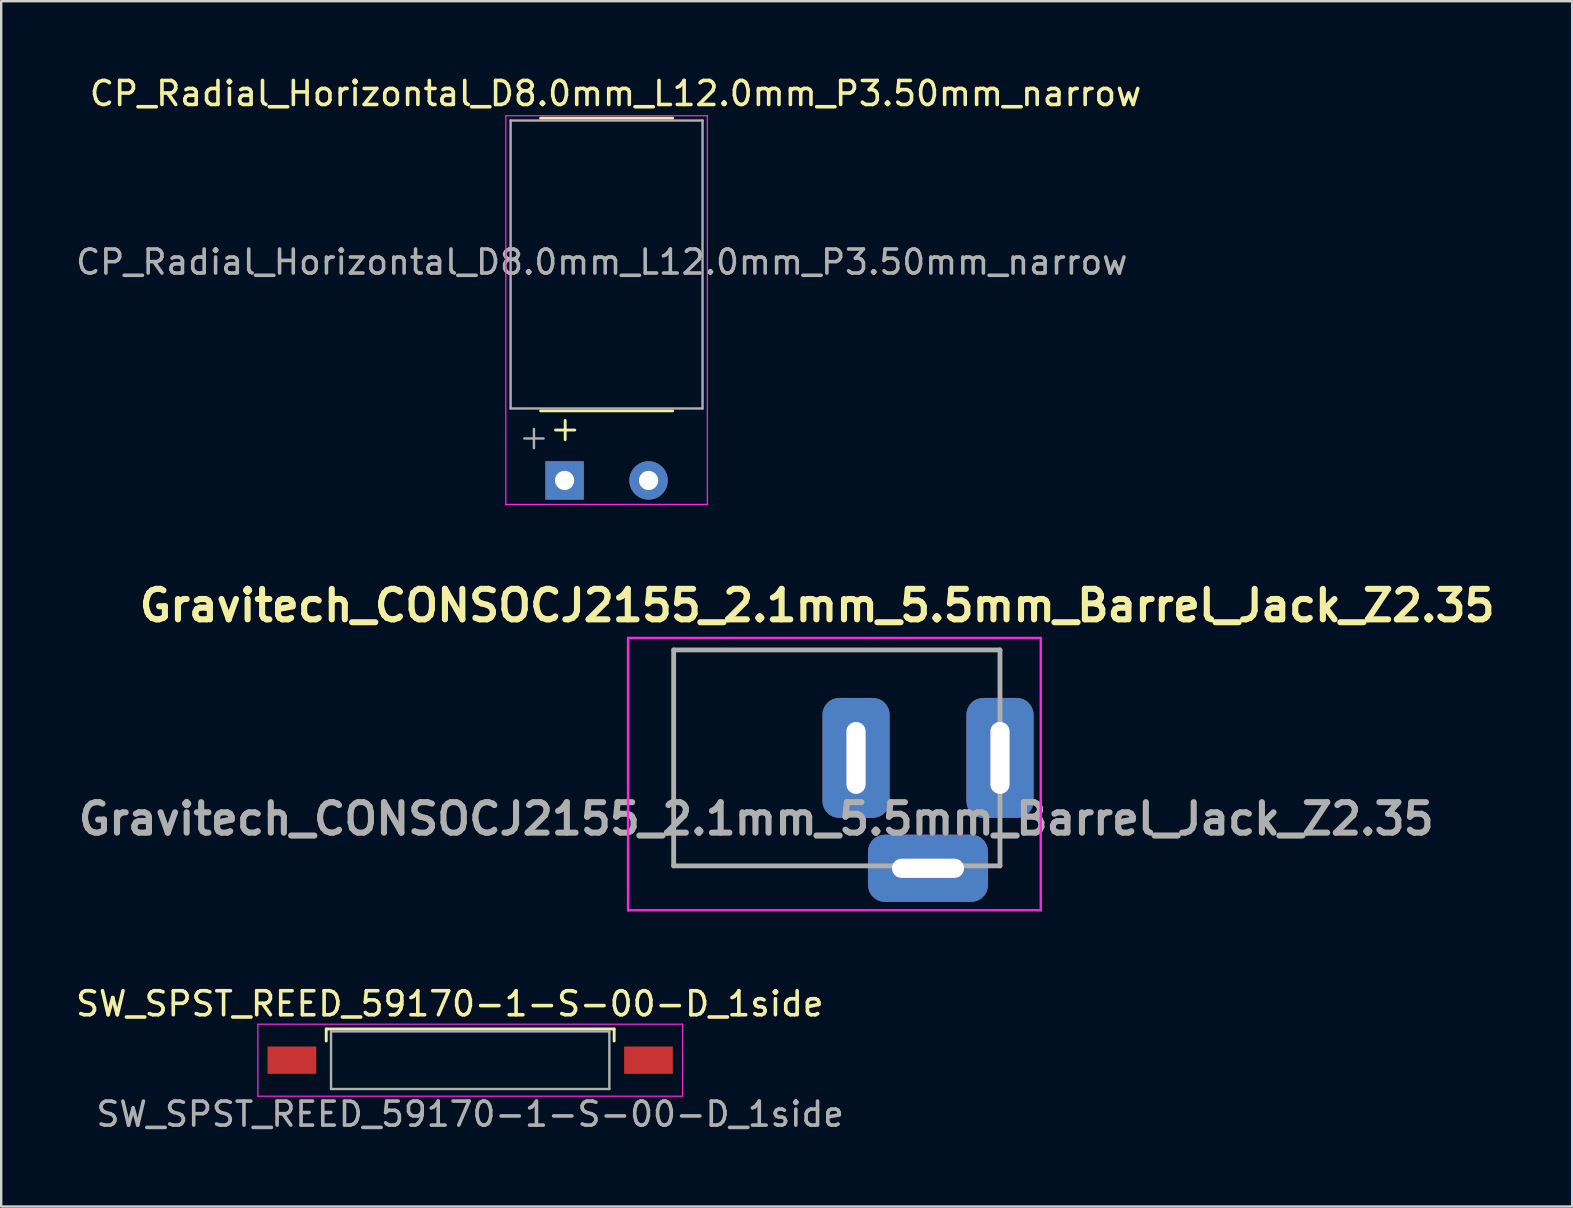
<source format=kicad_pcb>
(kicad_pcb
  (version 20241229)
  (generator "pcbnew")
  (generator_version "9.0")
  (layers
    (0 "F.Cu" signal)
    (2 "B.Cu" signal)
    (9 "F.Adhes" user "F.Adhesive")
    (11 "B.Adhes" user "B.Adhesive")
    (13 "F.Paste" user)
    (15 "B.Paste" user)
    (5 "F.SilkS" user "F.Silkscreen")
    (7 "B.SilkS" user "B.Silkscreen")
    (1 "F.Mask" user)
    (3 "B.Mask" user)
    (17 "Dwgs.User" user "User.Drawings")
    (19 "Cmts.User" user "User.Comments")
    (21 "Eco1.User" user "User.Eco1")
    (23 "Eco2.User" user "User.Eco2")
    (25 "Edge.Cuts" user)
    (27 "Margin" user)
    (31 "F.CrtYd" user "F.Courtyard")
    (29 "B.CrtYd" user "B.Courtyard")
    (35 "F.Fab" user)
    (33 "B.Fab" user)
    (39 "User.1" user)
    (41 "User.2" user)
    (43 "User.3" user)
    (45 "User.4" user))
  (footprint "SW_SPST_REED_59170-1-S-00-D_1side"
    (layer "F.Cu")
    (at 16.546 41.135)
    (property "Reference" "SW_SPST_REED_59170-1-S-00-D_1side" (at -0.85 -2.35 0) (layer "F.SilkS") (effects (font (size 1 1) (thickness 0.15))))
    (attr smd)
    (fp_line (start -6 -1.3) (end -6 -0.8) (stroke (width 0.12) (type solid)) (layer "F.SilkS"))
    (fp_line (start 6 -1.3) (end -6 -1.3) (stroke (width 0.12) (type solid)) (layer "F.SilkS"))
    (fp_line (start 6 -0.8) (end 6 -1.3) (stroke (width 0.12) (type solid)) (layer "F.SilkS"))
    (fp_line (start -8.85 -1.5) (end 8.85 -1.5) (stroke (width 0.05) (type solid)) (layer "F.CrtYd"))
    (fp_line (start -8.85 1.5) (end -8.85 -1.5) (stroke (width 0.05) (type solid)) (layer "F.CrtYd"))
    (fp_line (start 8.85 -1.5) (end 8.85 1.5) (stroke (width 0.05) (type solid)) (layer "F.CrtYd"))
    (fp_line (start 8.85 1.5) (end -8.85 1.5) (stroke (width 0.05) (type solid)) (layer "F.CrtYd"))
    (fp_line (start -5.8 -1.2) (end 5.8 -1.2) (stroke (width 0.1) (type solid)) (layer "F.Fab"))
    (fp_line (start -5.8 1.2) (end -5.8 -1.2) (stroke (width 0.1) (type solid)) (layer "F.Fab"))
    (fp_line (start 5.8 -1.2) (end 5.8 1.2) (stroke (width 0.1) (type solid)) (layer "F.Fab"))
    (fp_line (start 5.8 1.2) (end -5.8 1.2) (stroke (width 0.1) (type solid)) (layer "F.Fab"))
    (fp_text user "${REFERENCE}" (at 0 2.25 0) (layer "F.Fab") (effects (font (size 1 1) (thickness 0.15))))
    (pad "1" smd rect (at -7.43 0) (size 2.03 1.14) (layers "F.Cu" "F.Mask" "F.Paste"))
    (pad "2" smd rect (at 7.43 0) (size 2.03 1.14) (layers "F.Cu" "F.Mask" "F.Paste")))
  (footprint "CP_Radial_Horizontal_D8.0mm_L12.0mm_P3.50mm_narrow"
    (layer "F.Cu")
    (at 22.23 16.973)
    (property "Reference" "CP_Radial_Horizontal_D8.0mm_L12.0mm_P3.50mm_narrow" (at 0.375 -16.125 0) (layer "F.SilkS") (effects (font (size 1 1) (thickness 0.15))))
    (attr through_hole)
    (fp_line (start -2.75 -15.1) (end 2.75 -15.1) (stroke (width 0.12) (type solid)) (layer "F.SilkS"))
    (fp_line (start -2.75 -2.9) (end 2.75 -2.9) (stroke (width 0.12) (type solid)) (layer "F.SilkS"))
    (fp_line (start -2.125 -2.1) (end -1.325 -2.1) (stroke (width 0.12) (type solid)) (layer "F.SilkS"))
    (fp_line (start -1.725 -2.5) (end -1.725 -1.7) (stroke (width 0.12) (type solid)) (layer "F.SilkS"))
    (fp_line (start -4.2 1) (end -4.2 -15.2) (stroke (width 0.05) (type solid)) (layer "F.CrtYd"))
    (fp_line (start 4.2 -15.2) (end -4.2 -15.2) (stroke (width 0.05) (type solid)) (layer "F.CrtYd"))
    (fp_line (start 4.2 1) (end -4.2 1) (stroke (width 0.05) (type solid)) (layer "F.CrtYd"))
    (fp_line (start 4.2 1) (end 4.2 -15.2) (stroke (width 0.05) (type solid)) (layer "F.CrtYd"))
    (fp_line (start -4 -15) (end 4 -15) (stroke (width 0.1) (type solid)) (layer "F.Fab"))
    (fp_line (start -4 -3) (end -4 -15) (stroke (width 0.1) (type solid)) (layer "F.Fab"))
    (fp_line (start -4 -3) (end 4 -3) (stroke (width 0.1) (type solid)) (layer "F.Fab"))
    (fp_line (start -3.427 -1.748) (end -2.627 -1.748) (stroke (width 0.1) (type solid)) (layer "F.Fab"))
    (fp_line (start -3.027 -2.147) (end -3.027 -1.347) (stroke (width 0.1) (type solid)) (layer "F.Fab"))
    (fp_line (start 4 -3) (end 4 -15) (stroke (width 0.1) (type solid)) (layer "F.Fab"))
    (fp_text user "${REFERENCE}" (at -0.2 -9.1 0) (layer "F.Fab") (effects (font (size 1 1) (thickness 0.15))))
    (pad "1" thru_hole rect (at -1.75 0) (size 1.6 1.6) (drill 0.8) (layers "*.Cu" "*.Mask"))
    (pad "2" thru_hole circle (at 1.75 0) (size 1.6 1.6) (drill 0.8) (layers "*.Cu" "*.Mask")))
  (footprint "Gravitech_CONSOCJ2155_2.1mm_5.5mm_Barrel_Jack_Z2.35"
    (layer "F.Cu")
    (at 38.626 28.537)
    (property "Reference" "Gravitech_CONSOCJ2155_2.1mm_5.5mm_Barrel_Jack_Z2.35" (at -7.62 -6.35 0) (layer "F.SilkS") (effects (font (size 1.27 1.27) (thickness 0.254))))
    (attr through_hole)
    (fp_line (start -13.6 4.5) (end -13.6 -4.5) (stroke (width 0.1) (type solid)) (layer "F.SilkS"))
    (fp_line (start -13.6 4.5) (end -6.5 4.5) (stroke (width 0.1) (type solid)) (layer "F.SilkS"))
    (fp_line (start 0 -4.5) (end -13.6 -4.5) (stroke (width 0.1) (type solid)) (layer "F.SilkS"))
    (fp_line (start 0 -3) (end 0 -4.5) (stroke (width 0.1) (type solid)) (layer "F.SilkS"))
    (fp_line (start -15.5 -5) (end -15.5 6.35) (stroke (width 0.1) (type solid)) (layer "F.CrtYd"))
    (fp_line (start -15.5 6.35) (end 1.7 6.35) (stroke (width 0.1) (type solid)) (layer "F.CrtYd"))
    (fp_line (start 1.7 -5) (end -15.5 -5) (stroke (width 0.1) (type solid)) (layer "F.CrtYd"))
    (fp_line (start 1.7 6.35) (end 1.7 -5) (stroke (width 0.1) (type solid)) (layer "F.CrtYd"))
    (fp_line (start -13.6 -4.5) (end -13.6 4.5) (stroke (width 0.2) (type solid)) (layer "F.Fab"))
    (fp_line (start -13.6 4.5) (end 0 4.5) (stroke (width 0.2) (type solid)) (layer "F.Fab"))
    (fp_line (start 0 -4.5) (end -13.6 -4.5) (stroke (width 0.2) (type solid)) (layer "F.Fab"))
    (fp_line (start 0 4.5) (end 0 -4.5) (stroke (width 0.2) (type solid)) (layer "F.Fab"))
    (fp_text user "${REFERENCE}" (at -10.16 2.54 0) (layer "F.Fab") (effects (font (size 1.27 1.27) (thickness 0.254))))
    (pad "1" thru_hole roundrect (at 0 0) (size 2.8 5) (drill oval 0.8 3) (layers "*.Cu" "*.Mask") (roundrect_rratio 0.25))
    (pad "2" thru_hole roundrect (at -6 0) (size 2.8 5) (drill oval 0.8 3) (layers "*.Cu" "*.Mask") (roundrect_rratio 0.25))
    (pad "3" thru_hole roundrect (at -3 4.6) (size 5 2.8) (drill oval 3 0.8) (layers "*.Cu" "*.Mask") (roundrect_rratio 0.25)))
  (gr_rect
    (start -3 -3)
    (end 62.472 47.233)
    (stroke (width 0.1) (type default))
    (fill no)
    (layer "Edge.Cuts")))
</source>
